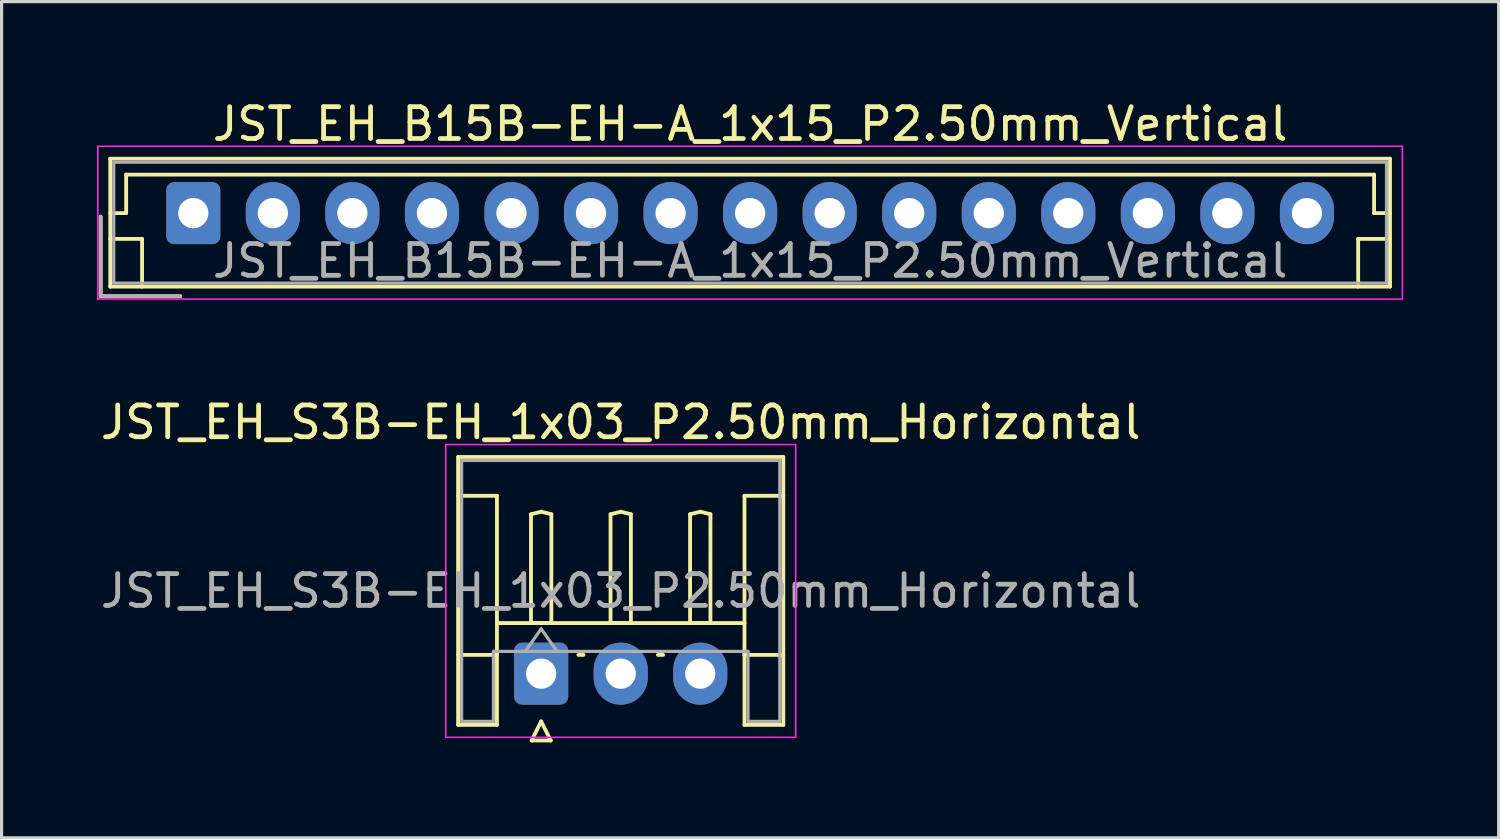
<source format=kicad_pcb>
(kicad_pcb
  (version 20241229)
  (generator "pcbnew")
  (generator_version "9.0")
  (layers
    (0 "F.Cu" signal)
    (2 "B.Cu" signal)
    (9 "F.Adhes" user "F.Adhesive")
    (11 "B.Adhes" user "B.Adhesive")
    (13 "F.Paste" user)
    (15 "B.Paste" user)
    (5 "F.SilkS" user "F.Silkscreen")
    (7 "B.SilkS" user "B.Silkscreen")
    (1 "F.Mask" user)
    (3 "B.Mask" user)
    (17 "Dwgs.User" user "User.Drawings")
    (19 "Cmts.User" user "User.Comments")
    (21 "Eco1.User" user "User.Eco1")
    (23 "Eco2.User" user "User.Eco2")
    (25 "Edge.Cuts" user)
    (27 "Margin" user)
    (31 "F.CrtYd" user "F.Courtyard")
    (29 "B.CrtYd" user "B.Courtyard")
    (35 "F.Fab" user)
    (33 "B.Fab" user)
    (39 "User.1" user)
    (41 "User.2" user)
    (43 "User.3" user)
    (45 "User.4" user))
  (footprint "JST_EH_B15B-EH-A_1x15_P2.50mm_Vertical"
    (layer "F.Cu")
    (at 3.025 3.648)
    (property "Reference" "JST_EH_B15B-EH-A_1x15_P2.50mm_Vertical" (at 17.5 -2.8 0) (layer "F.SilkS") (effects (font (size 1 1) (thickness 0.15))))
    (attr through_hole)
    (fp_line (start -2.91 0.11) (end -2.91 2.61) (stroke (width 0.12) (type solid)) (layer "F.SilkS"))
    (fp_line (start -2.91 2.61) (end -0.41 2.61) (stroke (width 0.12) (type solid)) (layer "F.SilkS"))
    (fp_line (start -2.61 -1.71) (end -2.61 2.31) (stroke (width 0.12) (type solid)) (layer "F.SilkS"))
    (fp_line (start -2.61 0) (end -2.11 0) (stroke (width 0.12) (type solid)) (layer "F.SilkS"))
    (fp_line (start -2.61 0.81) (end -1.61 0.81) (stroke (width 0.12) (type solid)) (layer "F.SilkS"))
    (fp_line (start -2.61 2.31) (end 37.61 2.31) (stroke (width 0.12) (type solid)) (layer "F.SilkS"))
    (fp_line (start -2.11 -1.21) (end 37.11 -1.21) (stroke (width 0.12) (type solid)) (layer "F.SilkS"))
    (fp_line (start -2.11 0) (end -2.11 -1.21) (stroke (width 0.12) (type solid)) (layer "F.SilkS"))
    (fp_line (start -1.61 0.81) (end -1.61 2.31) (stroke (width 0.12) (type solid)) (layer "F.SilkS"))
    (fp_line (start 36.61 0.81) (end 36.61 2.31) (stroke (width 0.12) (type solid)) (layer "F.SilkS"))
    (fp_line (start 37.11 -1.21) (end 37.11 0) (stroke (width 0.12) (type solid)) (layer "F.SilkS"))
    (fp_line (start 37.11 0) (end 37.61 0) (stroke (width 0.12) (type solid)) (layer "F.SilkS"))
    (fp_line (start 37.61 -1.71) (end -2.61 -1.71) (stroke (width 0.12) (type solid)) (layer "F.SilkS"))
    (fp_line (start 37.61 0.81) (end 36.61 0.81) (stroke (width 0.12) (type solid)) (layer "F.SilkS"))
    (fp_line (start 37.61 2.31) (end 37.61 -1.71) (stroke (width 0.12) (type solid)) (layer "F.SilkS"))
    (fp_line (start -3 -2.1) (end -3 2.7) (stroke (width 0.05) (type solid)) (layer "F.CrtYd"))
    (fp_line (start -3 2.7) (end 38 2.7) (stroke (width 0.05) (type solid)) (layer "F.CrtYd"))
    (fp_line (start 38 -2.1) (end -3 -2.1) (stroke (width 0.05) (type solid)) (layer "F.CrtYd"))
    (fp_line (start 38 2.7) (end 38 -2.1) (stroke (width 0.05) (type solid)) (layer "F.CrtYd"))
    (fp_line (start -2.91 0.11) (end -2.91 2.61) (stroke (width 0.1) (type solid)) (layer "F.Fab"))
    (fp_line (start -2.91 2.61) (end -0.41 2.61) (stroke (width 0.1) (type solid)) (layer "F.Fab"))
    (fp_line (start -2.5 -1.6) (end -2.5 2.2) (stroke (width 0.1) (type solid)) (layer "F.Fab"))
    (fp_line (start -2.5 2.2) (end 37.5 2.2) (stroke (width 0.1) (type solid)) (layer "F.Fab"))
    (fp_line (start 37.5 -1.6) (end -2.5 -1.6) (stroke (width 0.1) (type solid)) (layer "F.Fab"))
    (fp_line (start 37.5 2.2) (end 37.5 -1.6) (stroke (width 0.1) (type solid)) (layer "F.Fab"))
    (fp_text user "${REFERENCE}" (at 17.5 1.5 0) (layer "F.Fab") (effects (font (size 1 1) (thickness 0.15))))
    (pad "1" thru_hole roundrect (at 0 0) (size 1.7 1.95) (drill 0.95) (layers "*.Cu" "*.Mask") (roundrect_rratio 0.147))
    (pad "2" thru_hole oval (at 2.5 0) (size 1.7 1.95) (drill 0.95) (layers "*.Cu" "*.Mask"))
    (pad "3" thru_hole oval (at 5 0) (size 1.7 1.95) (drill 0.95) (layers "*.Cu" "*.Mask"))
    (pad "4" thru_hole oval (at 7.5 0) (size 1.7 1.95) (drill 0.95) (layers "*.Cu" "*.Mask"))
    (pad "5" thru_hole oval (at 10 0) (size 1.7 1.95) (drill 0.95) (layers "*.Cu" "*.Mask"))
    (pad "6" thru_hole oval (at 12.5 0) (size 1.7 1.95) (drill 0.95) (layers "*.Cu" "*.Mask"))
    (pad "7" thru_hole oval (at 15 0) (size 1.7 1.95) (drill 0.95) (layers "*.Cu" "*.Mask"))
    (pad "8" thru_hole oval (at 17.5 0) (size 1.7 1.95) (drill 0.95) (layers "*.Cu" "*.Mask"))
    (pad "9" thru_hole oval (at 20 0) (size 1.7 1.95) (drill 0.95) (layers "*.Cu" "*.Mask"))
    (pad "10" thru_hole oval (at 22.5 0) (size 1.7 1.95) (drill 0.95) (layers "*.Cu" "*.Mask"))
    (pad "11" thru_hole oval (at 25 0) (size 1.7 1.95) (drill 0.95) (layers "*.Cu" "*.Mask"))
    (pad "12" thru_hole oval (at 27.5 0) (size 1.7 1.95) (drill 0.95) (layers "*.Cu" "*.Mask"))
    (pad "13" thru_hole oval (at 30 0) (size 1.7 1.95) (drill 0.95) (layers "*.Cu" "*.Mask"))
    (pad "14" thru_hole oval (at 32.5 0) (size 1.7 1.95) (drill 0.95) (layers "*.Cu" "*.Mask"))
    (pad "15" thru_hole oval (at 35 0) (size 1.7 1.95) (drill 0.95) (layers "*.Cu" "*.Mask")))
  (footprint "JST_EH_S3B-EH_1x03_P2.50mm_Horizontal"
    (layer "F.Cu")
    (at 13.958 18.122)
    (property "Reference" "JST_EH_S3B-EH_1x03_P2.50mm_Horizontal" (at 2.5 -7.9 0) (layer "F.SilkS") (effects (font (size 1 1) (thickness 0.15))))
    (attr through_hole)
    (fp_line (start -2.61 -6.81) (end 7.61 -6.81) (stroke (width 0.12) (type solid)) (layer "F.SilkS"))
    (fp_line (start -2.61 -5.59) (end -1.39 -5.59) (stroke (width 0.12) (type solid)) (layer "F.SilkS"))
    (fp_line (start -2.61 1.61) (end -2.61 -6.81) (stroke (width 0.12) (type solid)) (layer "F.SilkS"))
    (fp_line (start -1.39 -5.59) (end -1.39 -0.59) (stroke (width 0.12) (type solid)) (layer "F.SilkS"))
    (fp_line (start -1.39 -1.59) (end 6.39 -1.59) (stroke (width 0.12) (type solid)) (layer "F.SilkS"))
    (fp_line (start -1.39 -0.59) (end -2.61 -0.59) (stroke (width 0.12) (type solid)) (layer "F.SilkS"))
    (fp_line (start -1.39 -0.59) (end -1.39 1.61) (stroke (width 0.12) (type solid)) (layer "F.SilkS"))
    (fp_line (start -1.39 1.61) (end -2.61 1.61) (stroke (width 0.12) (type solid)) (layer "F.SilkS"))
    (fp_line (start -0.32 -5.01) (end 0 -5.09) (stroke (width 0.12) (type solid)) (layer "F.SilkS"))
    (fp_line (start -0.32 -1.59) (end -0.32 -5.01) (stroke (width 0.12) (type solid)) (layer "F.SilkS"))
    (fp_line (start -0.3 2.1) (end 0.3 2.1) (stroke (width 0.12) (type solid)) (layer "F.SilkS"))
    (fp_line (start 0 -5.09) (end 0.32 -5.01) (stroke (width 0.12) (type solid)) (layer "F.SilkS"))
    (fp_line (start 0 -1.59) (end -0.32 -1.59) (stroke (width 0.12) (type solid)) (layer "F.SilkS"))
    (fp_line (start 0 1.5) (end -0.3 2.1) (stroke (width 0.12) (type solid)) (layer "F.SilkS"))
    (fp_line (start 0.3 2.1) (end 0 1.5) (stroke (width 0.12) (type solid)) (layer "F.SilkS"))
    (fp_line (start 0.32 -5.01) (end 0.32 -1.59) (stroke (width 0.12) (type solid)) (layer "F.SilkS"))
    (fp_line (start 0.32 -1.59) (end 0 -1.59) (stroke (width 0.12) (type solid)) (layer "F.SilkS"))
    (fp_line (start 1.17 -0.59) (end 1.33 -0.59) (stroke (width 0.12) (type solid)) (layer "F.SilkS"))
    (fp_line (start 2.18 -5.01) (end 2.5 -5.09) (stroke (width 0.12) (type solid)) (layer "F.SilkS"))
    (fp_line (start 2.18 -1.59) (end 2.18 -5.01) (stroke (width 0.12) (type solid)) (layer "F.SilkS"))
    (fp_line (start 2.5 -5.09) (end 2.82 -5.01) (stroke (width 0.12) (type solid)) (layer "F.SilkS"))
    (fp_line (start 2.5 -1.59) (end 2.18 -1.59) (stroke (width 0.12) (type solid)) (layer "F.SilkS"))
    (fp_line (start 2.82 -5.01) (end 2.82 -1.59) (stroke (width 0.12) (type solid)) (layer "F.SilkS"))
    (fp_line (start 2.82 -1.59) (end 2.5 -1.59) (stroke (width 0.12) (type solid)) (layer "F.SilkS"))
    (fp_line (start 3.67 -0.59) (end 3.83 -0.59) (stroke (width 0.12) (type solid)) (layer "F.SilkS"))
    (fp_line (start 4.68 -5.01) (end 5 -5.09) (stroke (width 0.12) (type solid)) (layer "F.SilkS"))
    (fp_line (start 4.68 -1.59) (end 4.68 -5.01) (stroke (width 0.12) (type solid)) (layer "F.SilkS"))
    (fp_line (start 5 -5.09) (end 5.32 -5.01) (stroke (width 0.12) (type solid)) (layer "F.SilkS"))
    (fp_line (start 5 -1.59) (end 4.68 -1.59) (stroke (width 0.12) (type solid)) (layer "F.SilkS"))
    (fp_line (start 5.32 -5.01) (end 5.32 -1.59) (stroke (width 0.12) (type solid)) (layer "F.SilkS"))
    (fp_line (start 5.32 -1.59) (end 5 -1.59) (stroke (width 0.12) (type solid)) (layer "F.SilkS"))
    (fp_line (start 6.39 -5.59) (end 6.39 -0.59) (stroke (width 0.12) (type solid)) (layer "F.SilkS"))
    (fp_line (start 6.39 -0.59) (end 7.61 -0.59) (stroke (width 0.12) (type solid)) (layer "F.SilkS"))
    (fp_line (start 6.39 1.61) (end 6.39 -0.59) (stroke (width 0.12) (type solid)) (layer "F.SilkS"))
    (fp_line (start 7.61 -6.81) (end 7.61 1.61) (stroke (width 0.12) (type solid)) (layer "F.SilkS"))
    (fp_line (start 7.61 -5.59) (end 6.39 -5.59) (stroke (width 0.12) (type solid)) (layer "F.SilkS"))
    (fp_line (start 7.61 1.61) (end 6.39 1.61) (stroke (width 0.12) (type solid)) (layer "F.SilkS"))
    (fp_line (start -3 -7.2) (end -3 2) (stroke (width 0.05) (type solid)) (layer "F.CrtYd"))
    (fp_line (start -3 2) (end 8 2) (stroke (width 0.05) (type solid)) (layer "F.CrtYd"))
    (fp_line (start 8 -7.2) (end -3 -7.2) (stroke (width 0.05) (type solid)) (layer "F.CrtYd"))
    (fp_line (start 8 2) (end 8 -7.2) (stroke (width 0.05) (type solid)) (layer "F.CrtYd"))
    (fp_line (start -2.5 -6.7) (end 7.5 -6.7) (stroke (width 0.1) (type solid)) (layer "F.Fab"))
    (fp_line (start -2.5 1.5) (end -2.5 -6.7) (stroke (width 0.1) (type solid)) (layer "F.Fab"))
    (fp_line (start -1.5 -0.7) (end -1.5 1.5) (stroke (width 0.1) (type solid)) (layer "F.Fab"))
    (fp_line (start -1.5 1.5) (end -2.5 1.5) (stroke (width 0.1) (type solid)) (layer "F.Fab"))
    (fp_line (start -0.5 -0.7) (end 0 -1.407) (stroke (width 0.1) (type solid)) (layer "F.Fab"))
    (fp_line (start 0 -1.407) (end 0.5 -0.7) (stroke (width 0.1) (type solid)) (layer "F.Fab"))
    (fp_line (start 6.5 -0.7) (end -1.5 -0.7) (stroke (width 0.1) (type solid)) (layer "F.Fab"))
    (fp_line (start 6.5 1.5) (end 6.5 -0.7) (stroke (width 0.1) (type solid)) (layer "F.Fab"))
    (fp_line (start 7.5 -6.7) (end 7.5 1.5) (stroke (width 0.1) (type solid)) (layer "F.Fab"))
    (fp_line (start 7.5 1.5) (end 6.5 1.5) (stroke (width 0.1) (type solid)) (layer "F.Fab"))
    (fp_text user "${REFERENCE}" (at 2.5 -2.6 0) (layer "F.Fab") (effects (font (size 1 1) (thickness 0.15))))
    (pad "1" thru_hole roundrect (at 0 0) (size 1.7 1.95) (drill 0.95) (layers "*.Cu" "*.Mask") (roundrect_rratio 0.147))
    (pad "2" thru_hole oval (at 2.5 0) (size 1.7 1.95) (drill 0.95) (layers "*.Cu" "*.Mask"))
    (pad "3" thru_hole oval (at 5 0) (size 1.7 1.95) (drill 0.95) (layers "*.Cu" "*.Mask")))
  (gr_rect
    (start -3 -3)
    (end 44.05 23.282)
    (stroke (width 0.1) (type default))
    (fill no)
    (layer "Edge.Cuts")))
</source>
